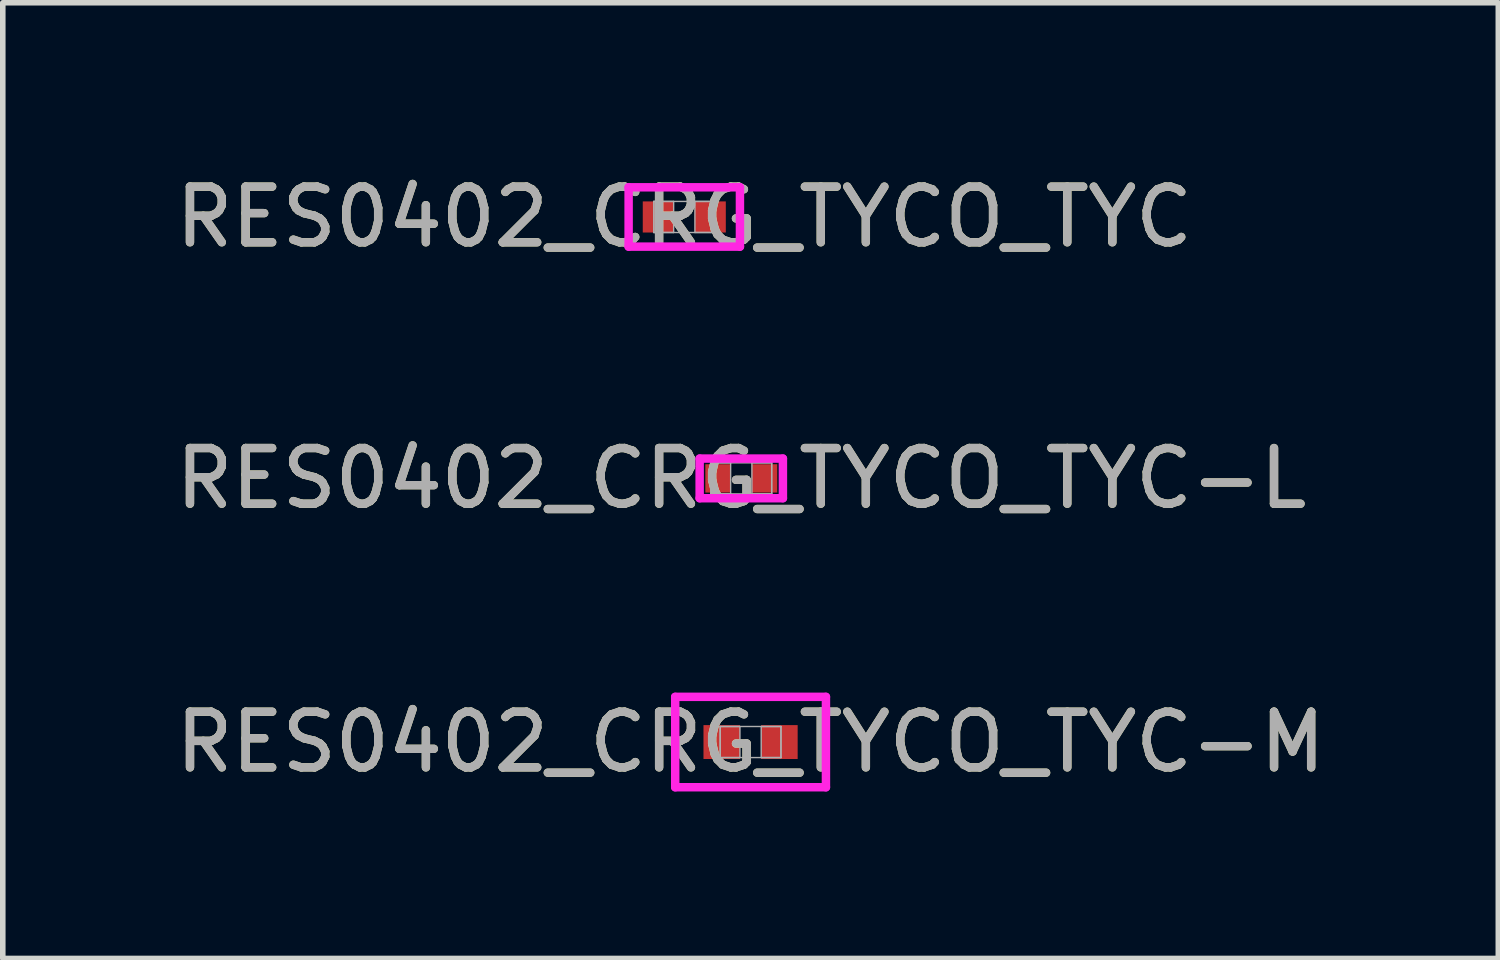
<source format=kicad_pcb>
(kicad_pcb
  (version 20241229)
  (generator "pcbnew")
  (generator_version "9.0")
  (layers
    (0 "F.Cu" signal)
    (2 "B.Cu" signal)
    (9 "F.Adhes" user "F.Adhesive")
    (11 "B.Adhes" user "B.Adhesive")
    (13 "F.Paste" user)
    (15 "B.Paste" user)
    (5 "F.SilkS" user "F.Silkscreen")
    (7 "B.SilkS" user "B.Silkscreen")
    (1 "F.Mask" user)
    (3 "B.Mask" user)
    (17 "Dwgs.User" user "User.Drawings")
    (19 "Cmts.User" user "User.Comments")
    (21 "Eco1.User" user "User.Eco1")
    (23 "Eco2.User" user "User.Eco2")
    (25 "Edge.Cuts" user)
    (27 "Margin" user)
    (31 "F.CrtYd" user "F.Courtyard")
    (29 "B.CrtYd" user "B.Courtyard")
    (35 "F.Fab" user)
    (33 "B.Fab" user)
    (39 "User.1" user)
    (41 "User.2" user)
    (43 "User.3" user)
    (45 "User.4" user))
  (footprint "RES0402_CRG_TYCO_TYC-M"
    (layer "F.Cu")
    (at 10.435 10.282)
    (property "Reference" "RES0402_CRG_TYCO_TYC-M" (at 0 0 0) (unlocked yes) (layer "F.SilkS") (effects (font (size 1 1) (thickness 0.15))))
    (attr smd)
    (fp_line (start -1.354 -0.812) (end 1.354 -0.812) (stroke (width 0.152) (type solid)) (layer "F.CrtYd"))
    (fp_line (start -1.354 0.812) (end -1.354 -0.812) (stroke (width 0.152) (type solid)) (layer "F.CrtYd"))
    (fp_line (start 1.354 -0.812) (end 1.354 0.812) (stroke (width 0.152) (type solid)) (layer "F.CrtYd"))
    (fp_line (start 1.354 0.812) (end -1.354 0.812) (stroke (width 0.152) (type solid)) (layer "F.CrtYd"))
    (fp_line (start -0.546 -0.279) (end -0.546 0.279) (stroke (width 0.025) (type solid)) (layer "F.Fab"))
    (fp_line (start -0.546 -0.279) (end -0.546 0.279) (stroke (width 0.025) (type solid)) (layer "F.Fab"))
    (fp_line (start -0.546 0.279) (end -0.191 0.279) (stroke (width 0.025) (type solid)) (layer "F.Fab"))
    (fp_line (start -0.546 0.279) (end 0.546 0.279) (stroke (width 0.025) (type solid)) (layer "F.Fab"))
    (fp_line (start -0.191 -0.279) (end -0.546 -0.279) (stroke (width 0.025) (type solid)) (layer "F.Fab"))
    (fp_line (start -0.191 0.279) (end -0.191 -0.279) (stroke (width 0.025) (type solid)) (layer "F.Fab"))
    (fp_line (start 0.191 -0.279) (end 0.191 0.279) (stroke (width 0.025) (type solid)) (layer "F.Fab"))
    (fp_line (start 0.191 0.279) (end 0.546 0.279) (stroke (width 0.025) (type solid)) (layer "F.Fab"))
    (fp_line (start 0.546 -0.279) (end -0.546 -0.279) (stroke (width 0.025) (type solid)) (layer "F.Fab"))
    (fp_line (start 0.546 -0.279) (end 0.191 -0.279) (stroke (width 0.025) (type solid)) (layer "F.Fab"))
    (fp_line (start 0.546 0.279) (end 0.546 -0.279) (stroke (width 0.025) (type solid)) (layer "F.Fab"))
    (fp_line (start 0.546 0.279) (end 0.546 -0.279) (stroke (width 0.025) (type solid)) (layer "F.Fab"))
    (fp_text user "${REFERENCE}" (at 0 0 0) (unlocked yes) (layer "F.Fab") (effects (font (size 1 1) (thickness 0.15))))
    (pad "1" smd rect (at -0.518 0) (size 0.656 0.609) (layers "F.Cu" "F.Mask" "F.Paste"))
    (pad "2" smd rect (at 0.518 0) (size 0.656 0.609) (layers "F.Cu" "F.Mask" "F.Paste"))
    (zone (net_name "") (layer "F.Cu") (hatch full 0.508) (connect_pads) (min_thickness 0.254) (filled_areas_thickness no) (keepout (tracks not_allowed) (vias not_allowed) (pads allowed) (copperpour not_allowed) (footprints allowed)) (placement (enabled no)) (fill) (polygon (pts (xy 10.295 10.053) (xy 10.574 10.053) (xy 10.574 10.51) (xy 10.295 10.51)))))
  (footprint "RES0402_CRG_TYCO_TYC-L"
    (layer "F.Cu")
    (at 10.268 5.545)
    (property "Reference" "RES0402_CRG_TYCO_TYC-L" (at 0 0 0) (unlocked yes) (layer "F.SilkS") (effects (font (size 1 1) (thickness 0.15))))
    (attr smd)
    (fp_line (start -0.748 -0.356) (end 0.748 -0.356) (stroke (width 0.152) (type solid)) (layer "F.CrtYd"))
    (fp_line (start -0.748 0.356) (end -0.748 -0.356) (stroke (width 0.152) (type solid)) (layer "F.CrtYd"))
    (fp_line (start 0.748 -0.356) (end 0.748 0.356) (stroke (width 0.152) (type solid)) (layer "F.CrtYd"))
    (fp_line (start 0.748 0.356) (end -0.748 0.356) (stroke (width 0.152) (type solid)) (layer "F.CrtYd"))
    (fp_line (start -0.546 -0.279) (end -0.546 0.279) (stroke (width 0.025) (type solid)) (layer "F.Fab"))
    (fp_line (start -0.546 -0.279) (end -0.546 0.279) (stroke (width 0.025) (type solid)) (layer "F.Fab"))
    (fp_line (start -0.546 0.279) (end -0.191 0.279) (stroke (width 0.025) (type solid)) (layer "F.Fab"))
    (fp_line (start -0.546 0.279) (end 0.546 0.279) (stroke (width 0.025) (type solid)) (layer "F.Fab"))
    (fp_line (start -0.191 -0.279) (end -0.546 -0.279) (stroke (width 0.025) (type solid)) (layer "F.Fab"))
    (fp_line (start -0.191 0.279) (end -0.191 -0.279) (stroke (width 0.025) (type solid)) (layer "F.Fab"))
    (fp_line (start 0.191 -0.279) (end 0.191 0.279) (stroke (width 0.025) (type solid)) (layer "F.Fab"))
    (fp_line (start 0.191 0.279) (end 0.546 0.279) (stroke (width 0.025) (type solid)) (layer "F.Fab"))
    (fp_line (start 0.546 -0.279) (end -0.546 -0.279) (stroke (width 0.025) (type solid)) (layer "F.Fab"))
    (fp_line (start 0.546 -0.279) (end 0.191 -0.279) (stroke (width 0.025) (type solid)) (layer "F.Fab"))
    (fp_line (start 0.546 0.279) (end 0.546 -0.279) (stroke (width 0.025) (type solid)) (layer "F.Fab"))
    (fp_line (start 0.546 0.279) (end 0.546 -0.279) (stroke (width 0.025) (type solid)) (layer "F.Fab"))
    (fp_text user "${REFERENCE}" (at 0 0 0) (unlocked yes) (layer "F.Fab") (effects (font (size 1 1) (thickness 0.15))))
    (pad "1" smd rect (at -0.418 0) (size 0.456 0.509) (layers "F.Cu" "F.Mask" "F.Paste"))
    (pad "2" smd rect (at 0.418 0) (size 0.456 0.509) (layers "F.Cu" "F.Mask" "F.Paste"))
    (zone (net_name "") (layer "F.Cu") (hatch full 0.508) (connect_pads) (min_thickness 0.254) (filled_areas_thickness no) (keepout (tracks not_allowed) (vias not_allowed) (pads allowed) (copperpour not_allowed) (footprints allowed)) (placement (enabled no)) (fill) (polygon (pts (xy 10.128 5.316) (xy 10.408 5.316) (xy 10.408 5.773) (xy 10.128 5.773)))))
  (footprint "RES0402_CRG_TYCO_TYC"
    (layer "F.Cu")
    (at 9.244 0.848)
    (property "Reference" "RES0402_CRG_TYCO_TYC" (at 0 0 0) (unlocked yes) (layer "F.SilkS") (effects (font (size 1 1) (thickness 0.15))))
    (attr smd)
    (fp_line (start -1 -0.533) (end 1 -0.533) (stroke (width 0.152) (type solid)) (layer "F.CrtYd"))
    (fp_line (start -1 0.533) (end -1 -0.533) (stroke (width 0.152) (type solid)) (layer "F.CrtYd"))
    (fp_line (start 1 -0.533) (end 1 0.533) (stroke (width 0.152) (type solid)) (layer "F.CrtYd"))
    (fp_line (start 1 0.533) (end -1 0.533) (stroke (width 0.152) (type solid)) (layer "F.CrtYd"))
    (fp_line (start -0.546 -0.279) (end -0.546 0.279) (stroke (width 0.025) (type solid)) (layer "F.Fab"))
    (fp_line (start -0.546 -0.279) (end -0.546 0.279) (stroke (width 0.025) (type solid)) (layer "F.Fab"))
    (fp_line (start -0.546 0.279) (end -0.191 0.279) (stroke (width 0.025) (type solid)) (layer "F.Fab"))
    (fp_line (start -0.546 0.279) (end 0.546 0.279) (stroke (width 0.025) (type solid)) (layer "F.Fab"))
    (fp_line (start -0.191 -0.279) (end -0.546 -0.279) (stroke (width 0.025) (type solid)) (layer "F.Fab"))
    (fp_line (start -0.191 0.279) (end -0.191 -0.279) (stroke (width 0.025) (type solid)) (layer "F.Fab"))
    (fp_line (start 0.191 -0.279) (end 0.191 0.279) (stroke (width 0.025) (type solid)) (layer "F.Fab"))
    (fp_line (start 0.191 0.279) (end 0.546 0.279) (stroke (width 0.025) (type solid)) (layer "F.Fab"))
    (fp_line (start 0.546 -0.279) (end -0.546 -0.279) (stroke (width 0.025) (type solid)) (layer "F.Fab"))
    (fp_line (start 0.546 -0.279) (end 0.191 -0.279) (stroke (width 0.025) (type solid)) (layer "F.Fab"))
    (fp_line (start 0.546 0.279) (end 0.546 -0.279) (stroke (width 0.025) (type solid)) (layer "F.Fab"))
    (fp_line (start 0.546 0.279) (end 0.546 -0.279) (stroke (width 0.025) (type solid)) (layer "F.Fab"))
    (fp_text user "${REFERENCE}" (at 0 0 0) (unlocked yes) (layer "F.Fab") (effects (font (size 1 1) (thickness 0.15))))
    (pad "1" smd rect (at -0.468 0) (size 0.556 0.559) (layers "F.Cu" "F.Mask" "F.Paste"))
    (pad "2" smd rect (at 0.468 0) (size 0.556 0.559) (layers "F.Cu" "F.Mask" "F.Paste"))
    (zone (net_name "") (layer "F.Cu") (hatch full 0.508) (connect_pads) (min_thickness 0.254) (filled_areas_thickness no) (keepout (tracks not_allowed) (vias not_allowed) (pads allowed) (copperpour not_allowed) (footprints allowed)) (placement (enabled no)) (fill) (polygon (pts (xy 9.104 0.62) (xy 9.384 0.62) (xy 9.384 1.077) (xy 9.104 1.077)))))
  (gr_rect
    (start -3 -3)
    (end 23.869 14.17)
    (stroke (width 0.1) (type default))
    (fill no)
    (layer "Edge.Cuts")))
</source>
